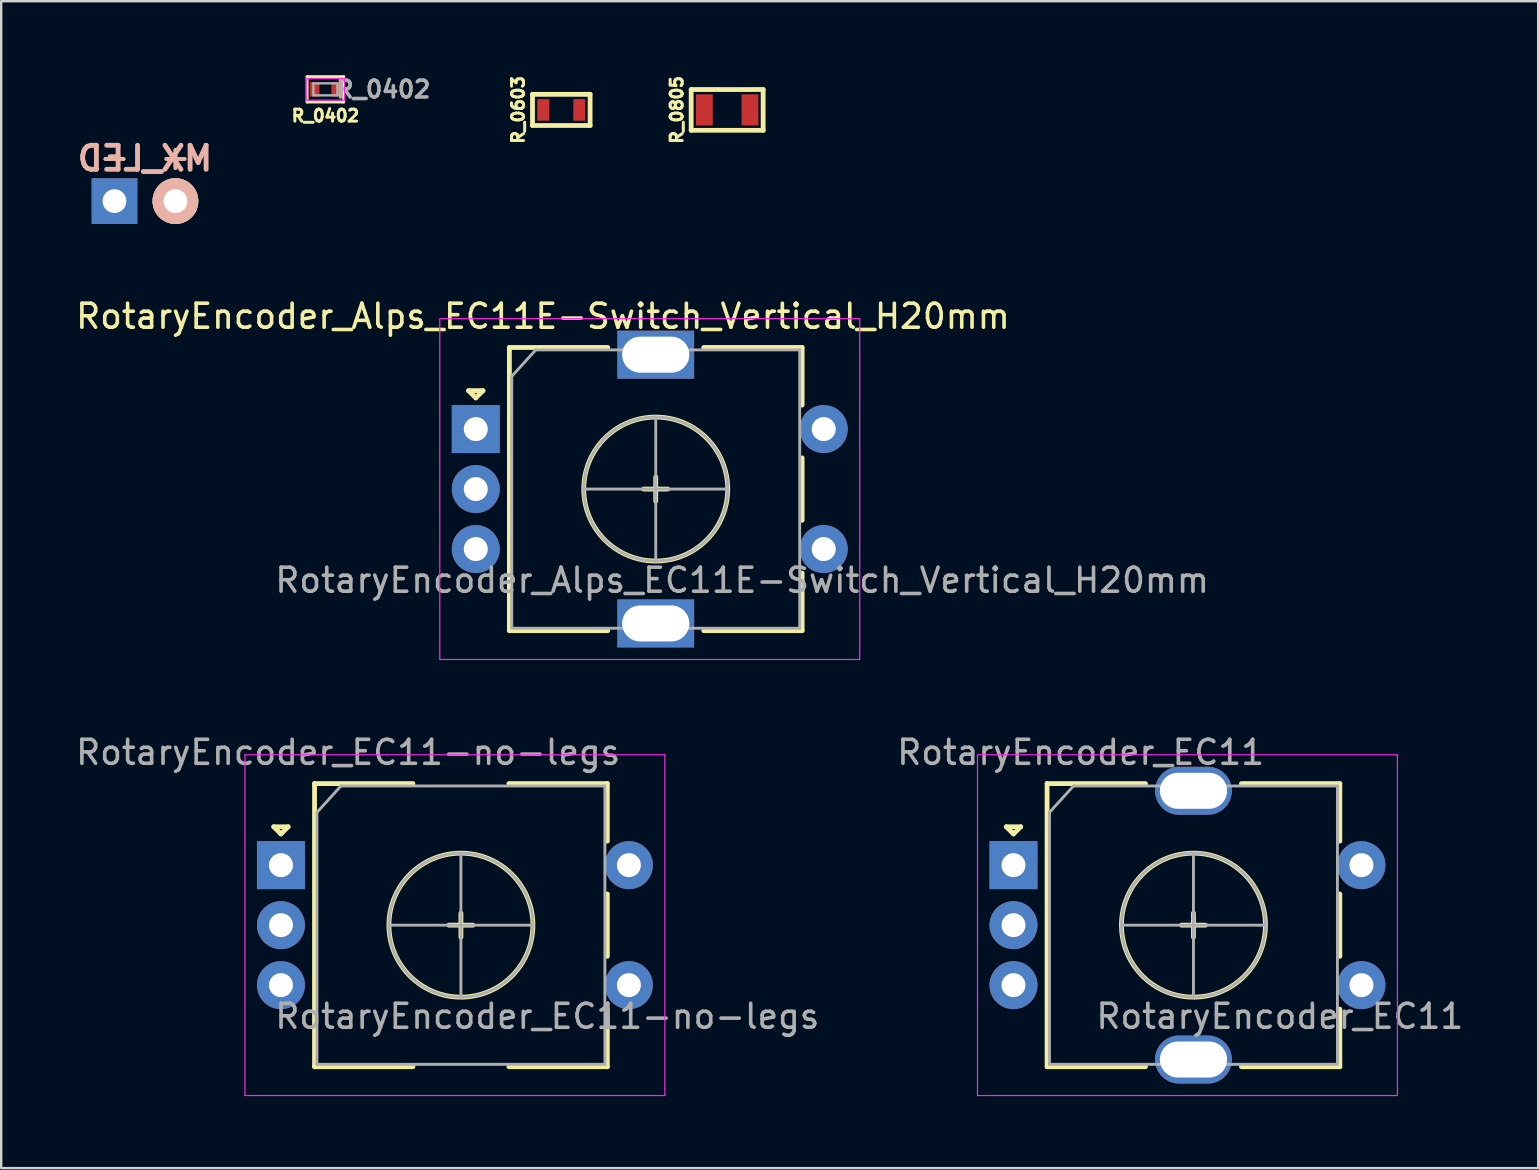
<source format=kicad_pcb>
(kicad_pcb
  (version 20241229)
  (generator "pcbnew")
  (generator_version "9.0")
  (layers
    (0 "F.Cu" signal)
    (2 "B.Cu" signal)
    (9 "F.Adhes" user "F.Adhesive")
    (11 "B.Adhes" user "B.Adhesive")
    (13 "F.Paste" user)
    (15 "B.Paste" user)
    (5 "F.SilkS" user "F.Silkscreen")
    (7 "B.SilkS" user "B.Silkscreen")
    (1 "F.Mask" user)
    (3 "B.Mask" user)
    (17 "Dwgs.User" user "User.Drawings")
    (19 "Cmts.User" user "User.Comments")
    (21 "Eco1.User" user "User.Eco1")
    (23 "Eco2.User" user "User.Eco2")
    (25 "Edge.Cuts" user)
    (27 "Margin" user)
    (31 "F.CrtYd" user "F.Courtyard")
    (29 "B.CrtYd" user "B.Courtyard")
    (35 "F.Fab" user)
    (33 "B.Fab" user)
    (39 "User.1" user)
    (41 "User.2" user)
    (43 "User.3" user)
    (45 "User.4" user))
  (footprint "MX_LED"
    (layer "F.Cu")
    (at 2.991 0.25)
    (property "Reference" "MX_LED" (at 0 3.302 0) (layer "B.SilkS") (effects (font (size 1 1) (thickness 0.203)) (justify mirror)))
    (attr through_hole)
    (fp_text user "+" (at 1.27 3.25 0) (layer "F.SilkS") (effects (font (size 1 1) (thickness 0.15))))
    (fp_text user "-" (at -1.27 3.25 0) (layer "F.SilkS") (effects (font (size 1 1) (thickness 0.15))))
    (fp_text user "+" (at 1.27 3.25 0) (layer "B.SilkS") (effects (font (size 1 1) (thickness 0.15)) (justify mirror)))
    (fp_text user "-" (at -1.27 3.25 0) (layer "B.SilkS") (effects (font (size 1 1) (thickness 0.15)) (justify mirror)))
    (pad "1" thru_hole rect (at -1.27 5.08) (size 1.905 1.905) (drill 0.991) (layers "*.Cu" "*.Mask"))
    (pad "2" thru_hole circle (at 1.27 5.08) (size 1.905 1.905) (drill 0.991) (layers "*.Cu" "*.SilkS" "*.Mask")))
  (footprint "RotaryEncoder_Alps_EC11E-Switch_Vertical_H20mm"
    (layer "F.Cu")
    (at 24.277 17.331)
    (property "Reference" "RotaryEncoder_Alps_EC11E-Switch_Vertical_H20mm" (at -4.7 -7.2 0) (layer "F.SilkS") (effects (font (size 1 1) (thickness 0.15))))
    (attr through_hole)
    (fp_line (start -7.8 -4.1) (end -7.2 -4.1) (stroke (width 0.2) (type solid)) (layer "F.SilkS"))
    (fp_line (start -7.5 -3.8) (end -7.8 -4.1) (stroke (width 0.2) (type solid)) (layer "F.SilkS"))
    (fp_line (start -7.2 -4.1) (end -7.5 -3.8) (stroke (width 0.2) (type solid)) (layer "F.SilkS"))
    (fp_line (start -6.1 -5.9) (end -6.1 5.9) (stroke (width 0.2) (type solid)) (layer "F.SilkS"))
    (fp_line (start -2 -5.9) (end -6.1 -5.9) (stroke (width 0.2) (type solid)) (layer "F.SilkS"))
    (fp_line (start -2 5.9) (end -6.1 5.9) (stroke (width 0.2) (type solid)) (layer "F.SilkS"))
    (fp_line (start -0.5 0) (end 0.5 0) (stroke (width 0.2) (type solid)) (layer "F.SilkS"))
    (fp_line (start 0 -0.5) (end 0 0.5) (stroke (width 0.2) (type solid)) (layer "F.SilkS"))
    (fp_line (start 2 -5.9) (end 6.1 -5.9) (stroke (width 0.2) (type solid)) (layer "F.SilkS"))
    (fp_line (start 6.1 -5.9) (end 6.1 -3.5) (stroke (width 0.2) (type solid)) (layer "F.SilkS"))
    (fp_line (start 6.1 -1.3) (end 6.1 1.3) (stroke (width 0.2) (type solid)) (layer "F.SilkS"))
    (fp_line (start 6.1 3.5) (end 6.1 5.9) (stroke (width 0.2) (type solid)) (layer "F.SilkS"))
    (fp_line (start 6.1 5.9) (end 2 5.9) (stroke (width 0.2) (type solid)) (layer "F.SilkS"))
    (fp_circle (center 0 0) (end 3 0) (stroke (width 0.2) (type solid)) (fill no) (layer "F.SilkS"))
    (fp_line (start -9 -7.1) (end -9 7.1) (stroke (width 0.05) (type solid)) (layer "F.CrtYd"))
    (fp_line (start -9 -7.1) (end 8.5 -7.1) (stroke (width 0.05) (type solid)) (layer "F.CrtYd"))
    (fp_line (start 8.5 7.1) (end -9 7.1) (stroke (width 0.05) (type solid)) (layer "F.CrtYd"))
    (fp_line (start 8.5 7.1) (end 8.5 -7.1) (stroke (width 0.05) (type solid)) (layer "F.CrtYd"))
    (fp_line (start -6 -4.7) (end -5 -5.8) (stroke (width 0.12) (type solid)) (layer "F.Fab"))
    (fp_line (start -6 5.8) (end -6 -4.7) (stroke (width 0.12) (type solid)) (layer "F.Fab"))
    (fp_line (start -5 -5.8) (end 6 -5.8) (stroke (width 0.12) (type solid)) (layer "F.Fab"))
    (fp_line (start -3 0) (end 3 0) (stroke (width 0.12) (type solid)) (layer "F.Fab"))
    (fp_line (start 0 -3) (end 0 3) (stroke (width 0.12) (type solid)) (layer "F.Fab"))
    (fp_line (start 6 -5.8) (end 6 5.8) (stroke (width 0.12) (type solid)) (layer "F.Fab"))
    (fp_line (start 6 5.8) (end -6 5.8) (stroke (width 0.12) (type solid)) (layer "F.Fab"))
    (fp_circle (center 0 0) (end 3 0) (stroke (width 0.12) (type solid)) (fill no) (layer "F.Fab"))
    (fp_text user "${REFERENCE}" (at 3.6 3.8 0) (layer "F.Fab") (effects (font (size 1 1) (thickness 0.15))))
    (pad "A" thru_hole rect (at -7.5 -2.5) (size 2 2) (drill 1) (layers "*.Cu" "*.Mask"))
    (pad "B" thru_hole circle (at -7.5 2.5) (size 2 2) (drill 1) (layers "*.Cu" "*.Mask"))
    (pad "C" thru_hole circle (at -7.5 0) (size 2 2) (drill 1) (layers "*.Cu" "*.Mask"))
    (pad "MP" thru_hole rect (at 0 -5.6) (size 3.2 2) (drill oval 2.8 1.5) (layers "*.Cu" "*.Mask"))
    (pad "MP" thru_hole rect (at 0 5.6) (size 3.2 2) (drill oval 2.8 1.5) (layers "*.Cu" "*.Mask"))
    (pad "S1" thru_hole circle (at 7 2.5) (size 2 2) (drill 1) (layers "*.Cu" "*.Mask"))
    (pad "S2" thru_hole circle (at 7 -2.5) (size 2 2) (drill 1) (layers "*.Cu" "*.Mask")))
  (footprint "R_0603"
    (layer "F.Cu")
    (at 20.341 1.53)
    (property "Reference" "R_0603" (at -1.8 0 90) (layer "F.SilkS") (effects (font (size 0.5 0.5) (thickness 0.125))))
    (attr smd)
    (fp_line (start -1.2 -0.65) (end 1.2 -0.65) (stroke (width 0.2) (type solid)) (layer "F.SilkS"))
    (fp_line (start -1.2 0.65) (end -1.2 -0.65) (stroke (width 0.2) (type solid)) (layer "F.SilkS"))
    (fp_line (start 1.2 -0.65) (end 1.2 0.65) (stroke (width 0.2) (type solid)) (layer "F.SilkS"))
    (fp_line (start 1.2 0.65) (end -1.2 0.65) (stroke (width 0.2) (type solid)) (layer "F.SilkS"))
    (pad "1" smd rect (at -0.75 0) (size 0.5 0.9) (layers "F.Cu" "F.Mask" "F.Paste"))
    (pad "2" smd rect (at 0.75 0) (size 0.5 0.9) (layers "F.Cu" "F.Mask" "F.Paste")))
  (footprint "R_0402"
    (layer "F.Cu")
    (at 10.511 0.673)
    (property "Reference" "R_0402" (at 0 1.1 0) (layer "F.SilkS") (effects (font (size 0.5 0.5) (thickness 0.125))))
    (attr smd)
    (fp_line (start -0.762 -0.53) (end -0.762 0.53) (stroke (width 0.12) (type solid)) (layer "F.SilkS"))
    (fp_line (start -0.762 0.53) (end 0.762 0.53) (stroke (width 0.12) (type solid)) (layer "F.SilkS"))
    (fp_line (start 0.762 -0.53) (end -0.762 -0.53) (stroke (width 0.12) (type solid)) (layer "F.SilkS"))
    (fp_line (start 0.762 -0.53) (end 0.762 0.53) (stroke (width 0.12) (type solid)) (layer "F.SilkS"))
    (fp_line (start -0.8 -0.45) (end -0.8 0.45) (stroke (width 0.05) (type solid)) (layer "F.CrtYd"))
    (fp_line (start -0.8 -0.45) (end 0.8 -0.45) (stroke (width 0.05) (type solid)) (layer "F.CrtYd"))
    (fp_line (start 0.8 0.45) (end -0.8 0.45) (stroke (width 0.05) (type solid)) (layer "F.CrtYd"))
    (fp_line (start 0.8 0.45) (end 0.8 -0.45) (stroke (width 0.05) (type solid)) (layer "F.CrtYd"))
    (fp_line (start -0.5 -0.25) (end 0.5 -0.25) (stroke (width 0.1) (type solid)) (layer "F.Fab"))
    (fp_line (start -0.5 0.25) (end -0.5 -0.25) (stroke (width 0.1) (type solid)) (layer "F.Fab"))
    (fp_line (start 0.5 -0.25) (end 0.5 0.25) (stroke (width 0.1) (type solid)) (layer "F.Fab"))
    (fp_line (start 0.5 0.25) (end -0.5 0.25) (stroke (width 0.1) (type solid)) (layer "F.Fab"))
    (fp_text user "${REFERENCE}" (at 2.413 0 0) (layer "F.Fab") (effects (font (size 0.7 0.7) (thickness 0.15))))
    (pad "1" smd rect (at -0.45 0) (size 0.4 0.6) (layers "F.Cu" "F.Mask" "F.Paste"))
    (pad "2" smd rect (at 0.45 0) (size 0.4 0.6) (layers "F.Cu" "F.Mask" "F.Paste")))
  (footprint "R_0805"
    (layer "F.Cu")
    (at 27.253 1.53)
    (property "Reference" "R_0805" (at -2.1 0 90) (layer "F.SilkS") (effects (font (size 0.5 0.5) (thickness 0.125))))
    (attr smd)
    (fp_line (start -1.5 -0.85) (end -1.5 0.85) (stroke (width 0.2) (type solid)) (layer "F.SilkS"))
    (fp_line (start -1.5 -0.85) (end 1.5 -0.85) (stroke (width 0.2) (type solid)) (layer "F.SilkS"))
    (fp_line (start -1.5 0.85) (end 1.5 0.85) (stroke (width 0.2) (type solid)) (layer "F.SilkS"))
    (fp_line (start 1.5 -0.85) (end 1.5 0.85) (stroke (width 0.2) (type solid)) (layer "F.SilkS"))
    (pad "1" smd rect (at -0.95 0) (size 0.7 1.3) (layers "F.Cu" "F.Mask" "F.Paste"))
    (pad "2" smd rect (at 0.95 0) (size 0.7 1.3) (layers "F.Cu" "F.Mask" "F.Paste")))
  (footprint "RotaryEncoder_EC11-no-legs"
    (layer "F.Cu")
    (at 16.158 35.504)
    (property "Reference" "RotaryEncoder_EC11-no-legs" (at -4.7 -7.2 0) (layer "F.Fab") (effects (font (size 1 1) (thickness 0.15))))
    (attr through_hole)
    (fp_line (start -7.8 -4.1) (end -7.2 -4.1) (stroke (width 0.2) (type solid)) (layer "F.SilkS"))
    (fp_line (start -7.5 -3.8) (end -7.8 -4.1) (stroke (width 0.2) (type solid)) (layer "F.SilkS"))
    (fp_line (start -7.2 -4.1) (end -7.5 -3.8) (stroke (width 0.2) (type solid)) (layer "F.SilkS"))
    (fp_line (start -6.1 -5.9) (end -6.1 5.9) (stroke (width 0.2) (type solid)) (layer "F.SilkS"))
    (fp_line (start -2 -5.9) (end -6.1 -5.9) (stroke (width 0.2) (type solid)) (layer "F.SilkS"))
    (fp_line (start -2 5.9) (end -6.1 5.9) (stroke (width 0.2) (type solid)) (layer "F.SilkS"))
    (fp_line (start -0.5 0) (end 0.5 0) (stroke (width 0.2) (type solid)) (layer "F.SilkS"))
    (fp_line (start 0 -0.5) (end 0 0.5) (stroke (width 0.2) (type solid)) (layer "F.SilkS"))
    (fp_line (start 2 -5.9) (end 6.1 -5.9) (stroke (width 0.2) (type solid)) (layer "F.SilkS"))
    (fp_line (start 6.1 -5.9) (end 6.1 -3.5) (stroke (width 0.2) (type solid)) (layer "F.SilkS"))
    (fp_line (start 6.1 -1.3) (end 6.1 1.3) (stroke (width 0.2) (type solid)) (layer "F.SilkS"))
    (fp_line (start 6.1 3.5) (end 6.1 5.9) (stroke (width 0.2) (type solid)) (layer "F.SilkS"))
    (fp_line (start 6.1 5.9) (end 2 5.9) (stroke (width 0.2) (type solid)) (layer "F.SilkS"))
    (fp_circle (center 0 0) (end 3 0) (stroke (width 0.2) (type solid)) (fill no) (layer "F.SilkS"))
    (fp_line (start -9 -7.1) (end -9 7.1) (stroke (width 0.05) (type solid)) (layer "F.CrtYd"))
    (fp_line (start -9 -7.1) (end 8.5 -7.1) (stroke (width 0.05) (type solid)) (layer "F.CrtYd"))
    (fp_line (start 8.5 7.1) (end -9 7.1) (stroke (width 0.05) (type solid)) (layer "F.CrtYd"))
    (fp_line (start 8.5 7.1) (end 8.5 -7.1) (stroke (width 0.05) (type solid)) (layer "F.CrtYd"))
    (fp_line (start -6 -4.7) (end -5 -5.8) (stroke (width 0.12) (type solid)) (layer "F.Fab"))
    (fp_line (start -6 5.8) (end -6 -4.7) (stroke (width 0.12) (type solid)) (layer "F.Fab"))
    (fp_line (start -5 -5.8) (end 6 -5.8) (stroke (width 0.12) (type solid)) (layer "F.Fab"))
    (fp_line (start -3 0) (end 3 0) (stroke (width 0.12) (type solid)) (layer "F.Fab"))
    (fp_line (start 0 -3) (end 0 3) (stroke (width 0.12) (type solid)) (layer "F.Fab"))
    (fp_line (start 6 -5.8) (end 6 5.8) (stroke (width 0.12) (type solid)) (layer "F.Fab"))
    (fp_line (start 6 5.8) (end -6 5.8) (stroke (width 0.12) (type solid)) (layer "F.Fab"))
    (fp_circle (center 0 0) (end 3 0) (stroke (width 0.12) (type solid)) (fill no) (layer "F.Fab"))
    (fp_text user "${REFERENCE}" (at 3.6 3.8 0) (layer "F.Fab") (effects (font (size 1 1) (thickness 0.15))))
    (pad "A" thru_hole rect (at -7.5 -2.5) (size 2 2) (drill 1) (layers "*.Cu" "*.Mask"))
    (pad "B" thru_hole circle (at -7.5 2.5) (size 2 2) (drill 1) (layers "*.Cu" "*.Mask"))
    (pad "C" thru_hole circle (at -7.5 0) (size 2 2) (drill 1) (layers "*.Cu" "*.Mask"))
    (pad "S1" thru_hole circle (at 7 2.5) (size 2 2) (drill 1) (layers "*.Cu" "*.Mask"))
    (pad "S2" thru_hole circle (at 7 -2.5) (size 2 2) (drill 1) (layers "*.Cu" "*.Mask")))
  (footprint "RotaryEncoder_EC11"
    (layer "F.Cu")
    (at 46.685 35.504)
    (property "Reference" "RotaryEncoder_EC11" (at -4.7 -7.2 0) (layer "F.Fab") (effects (font (size 1 1) (thickness 0.15))))
    (attr through_hole)
    (fp_line (start -7.8 -4.1) (end -7.2 -4.1) (stroke (width 0.2) (type solid)) (layer "F.SilkS"))
    (fp_line (start -7.5 -3.8) (end -7.8 -4.1) (stroke (width 0.2) (type solid)) (layer "F.SilkS"))
    (fp_line (start -7.2 -4.1) (end -7.5 -3.8) (stroke (width 0.2) (type solid)) (layer "F.SilkS"))
    (fp_line (start -6.1 -5.9) (end -6.1 5.9) (stroke (width 0.2) (type solid)) (layer "F.SilkS"))
    (fp_line (start -2 -5.9) (end -6.1 -5.9) (stroke (width 0.2) (type solid)) (layer "F.SilkS"))
    (fp_line (start -2 5.9) (end -6.1 5.9) (stroke (width 0.2) (type solid)) (layer "F.SilkS"))
    (fp_line (start -0.5 0) (end 0.5 0) (stroke (width 0.2) (type solid)) (layer "F.SilkS"))
    (fp_line (start 0 -0.5) (end 0 0.5) (stroke (width 0.2) (type solid)) (layer "F.SilkS"))
    (fp_line (start 2 -5.9) (end 6.1 -5.9) (stroke (width 0.2) (type solid)) (layer "F.SilkS"))
    (fp_line (start 6.1 -5.9) (end 6.1 -3.5) (stroke (width 0.2) (type solid)) (layer "F.SilkS"))
    (fp_line (start 6.1 -1.3) (end 6.1 1.3) (stroke (width 0.2) (type solid)) (layer "F.SilkS"))
    (fp_line (start 6.1 3.5) (end 6.1 5.9) (stroke (width 0.2) (type solid)) (layer "F.SilkS"))
    (fp_line (start 6.1 5.9) (end 2 5.9) (stroke (width 0.2) (type solid)) (layer "F.SilkS"))
    (fp_circle (center 0 0) (end 3 0) (stroke (width 0.2) (type solid)) (fill no) (layer "F.SilkS"))
    (fp_line (start -9 -7.1) (end -9 7.1) (stroke (width 0.05) (type solid)) (layer "F.CrtYd"))
    (fp_line (start -9 -7.1) (end 8.5 -7.1) (stroke (width 0.05) (type solid)) (layer "F.CrtYd"))
    (fp_line (start 8.5 7.1) (end -9 7.1) (stroke (width 0.05) (type solid)) (layer "F.CrtYd"))
    (fp_line (start 8.5 7.1) (end 8.5 -7.1) (stroke (width 0.05) (type solid)) (layer "F.CrtYd"))
    (fp_line (start -6 -4.7) (end -5 -5.8) (stroke (width 0.12) (type solid)) (layer "F.Fab"))
    (fp_line (start -6 5.8) (end -6 -4.7) (stroke (width 0.12) (type solid)) (layer "F.Fab"))
    (fp_line (start -5 -5.8) (end 6 -5.8) (stroke (width 0.12) (type solid)) (layer "F.Fab"))
    (fp_line (start -3 0) (end 3 0) (stroke (width 0.12) (type solid)) (layer "F.Fab"))
    (fp_line (start 0 -3) (end 0 3) (stroke (width 0.12) (type solid)) (layer "F.Fab"))
    (fp_line (start 6 -5.8) (end 6 5.8) (stroke (width 0.12) (type solid)) (layer "F.Fab"))
    (fp_line (start 6 5.8) (end -6 5.8) (stroke (width 0.12) (type solid)) (layer "F.Fab"))
    (fp_circle (center 0 0) (end 3 0) (stroke (width 0.12) (type solid)) (fill no) (layer "F.Fab"))
    (fp_text user "${REFERENCE}" (at 3.6 3.8 0) (layer "F.Fab") (effects (font (size 1 1) (thickness 0.15))))
    (pad "" np_thru_hole oval (at 0 -5.6) (size 3.2 2) (drill oval 2.8 1.5) (layers "*.Cu" "*.Mask"))
    (pad "" np_thru_hole oval (at 0 5.6) (size 3.2 2) (drill oval 2.8 1.5) (layers "*.Cu" "*.Mask"))
    (pad "A" thru_hole rect (at -7.5 -2.5) (size 2 2) (drill 1) (layers "*.Cu" "*.Mask"))
    (pad "B" thru_hole circle (at -7.5 2.5) (size 2 2) (drill 1) (layers "*.Cu" "*.Mask"))
    (pad "C" thru_hole circle (at -7.5 0) (size 2 2) (drill 1) (layers "*.Cu" "*.Mask"))
    (pad "S1" thru_hole circle (at 7 2.5) (size 2 2) (drill 1) (layers "*.Cu" "*.Mask"))
    (pad "S2" thru_hole circle (at 7 -2.5) (size 2 2) (drill 1) (layers "*.Cu" "*.Mask")))
  (gr_rect
    (start -3 -3)
    (end 61.052 45.629)
    (stroke (width 0.1) (type default))
    (fill no)
    (layer "Edge.Cuts")))
</source>
